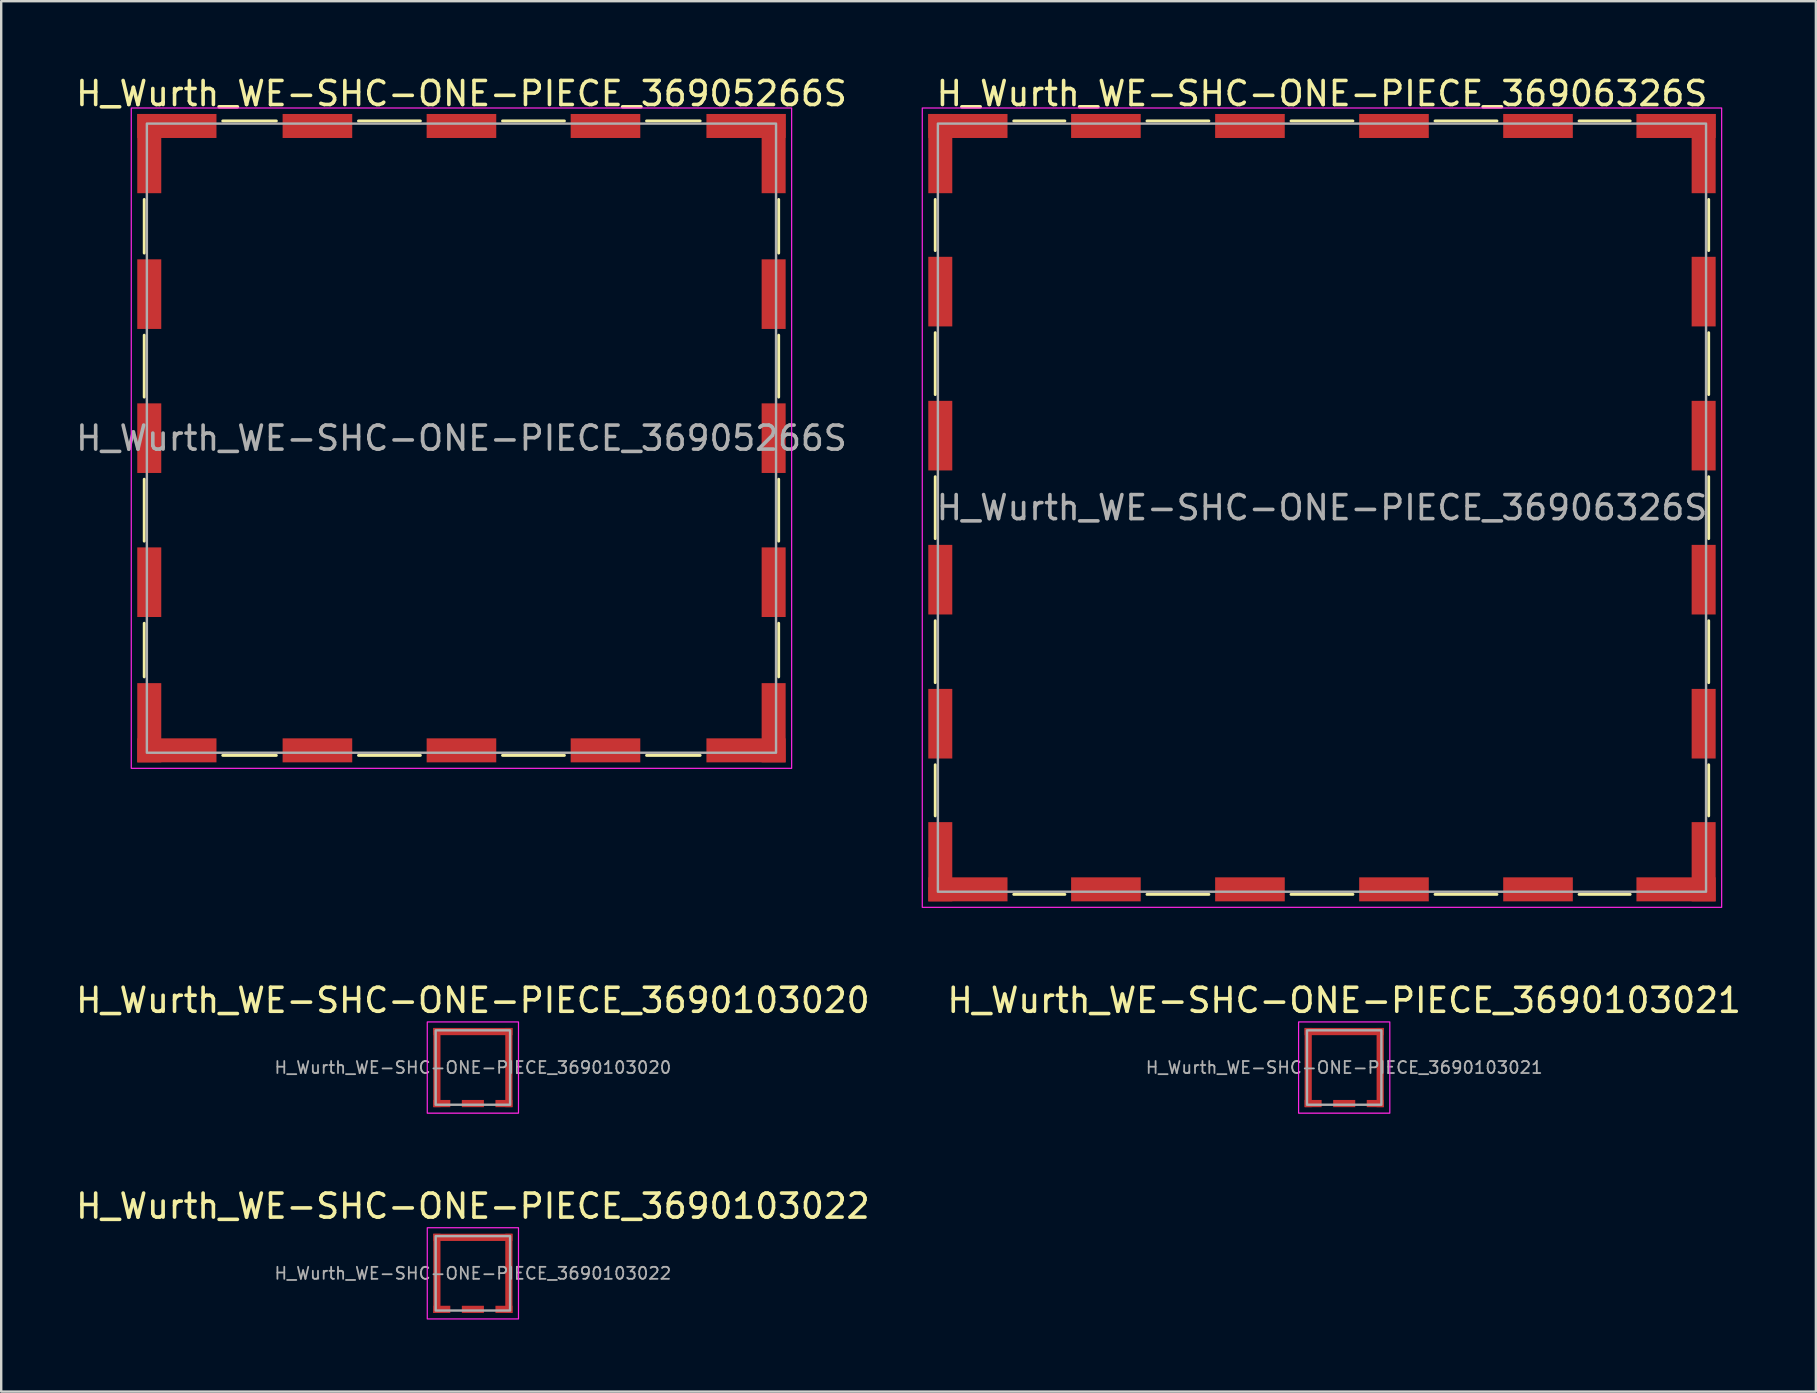
<source format=kicad_pcb>
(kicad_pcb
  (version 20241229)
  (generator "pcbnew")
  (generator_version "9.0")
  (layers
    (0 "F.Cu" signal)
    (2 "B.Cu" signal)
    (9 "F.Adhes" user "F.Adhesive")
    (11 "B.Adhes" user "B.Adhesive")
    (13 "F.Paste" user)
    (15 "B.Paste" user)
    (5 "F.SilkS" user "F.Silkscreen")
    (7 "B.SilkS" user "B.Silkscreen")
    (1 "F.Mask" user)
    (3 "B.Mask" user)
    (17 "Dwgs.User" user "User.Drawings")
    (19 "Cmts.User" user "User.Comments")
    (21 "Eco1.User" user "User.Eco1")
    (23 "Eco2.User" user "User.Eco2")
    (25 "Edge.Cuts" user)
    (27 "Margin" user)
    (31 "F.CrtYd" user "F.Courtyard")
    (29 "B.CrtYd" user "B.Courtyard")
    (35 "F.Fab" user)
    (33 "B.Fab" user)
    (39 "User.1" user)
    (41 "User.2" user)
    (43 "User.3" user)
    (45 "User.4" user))
  (footprint "H_Wurth_WE-SHC-ONE-PIECE_3690103022"
    (layer "F.Cu")
    (at 16.649 49.995)
    (property "Reference" "H_Wurth_WE-SHC-ONE-PIECE_3690103022" (at 0 -2.8 0) (unlocked yes) (layer "F.SilkS") (effects (font (size 1 1) (thickness 0.15))))
    (attr smd)
    (fp_rect (start -1.9 -1.9) (end 1.9 1.9) (stroke (width 0.05) (type solid)) (fill no) (layer "F.CrtYd"))
    (fp_rect (start -1.55 -1.55) (end 1.55 1.55) (stroke (width 0.1) (type solid)) (fill no) (layer "F.Fab"))
    (fp_text user "${REFERENCE}" (at 0 0 0) (unlocked yes) (layer "F.Fab") (effects (font (size 0.5 0.5) (thickness 0.075))))
    (pad "1" smd rect (at -1.5 0) (size 0.3 3.3) (layers "F.Cu" "F.Mask" "F.Paste"))
    (pad "1" smd rect (at -1.295 1.5) (size 0.71 0.3) (layers "F.Cu" "F.Mask" "F.Paste"))
    (pad "1" smd rect (at 0 -1.5 90) (size 0.3 3.3) (layers "F.Cu" "F.Mask" "F.Paste"))
    (pad "1" smd rect (at 0 1.5) (size 0.92 0.3) (layers "F.Cu" "F.Mask" "F.Paste"))
    (pad "1" smd rect (at 1.295 1.5) (size 0.71 0.3) (layers "F.Cu" "F.Mask" "F.Paste"))
    (pad "1" smd rect (at 1.5 0) (size 0.3 3.3) (layers "F.Cu" "F.Mask" "F.Paste")))
  (footprint "H_Wurth_WE-SHC-ONE-PIECE_3690103020"
    (layer "F.Cu")
    (at 16.649 41.422)
    (property "Reference" "H_Wurth_WE-SHC-ONE-PIECE_3690103020" (at 0 -2.8 0) (unlocked yes) (layer "F.SilkS") (effects (font (size 1 1) (thickness 0.15))))
    (attr smd)
    (fp_rect (start -1.9 -1.9) (end 1.9 1.9) (stroke (width 0.05) (type solid)) (fill no) (layer "F.CrtYd"))
    (fp_rect (start -1.55 -1.55) (end 1.55 1.55) (stroke (width 0.1) (type solid)) (fill no) (layer "F.Fab"))
    (fp_text user "${REFERENCE}" (at 0 0 0) (unlocked yes) (layer "F.Fab") (effects (font (size 0.5 0.5) (thickness 0.075))))
    (pad "1" smd rect (at -1.5 0) (size 0.3 3.3) (layers "F.Cu" "F.Mask" "F.Paste"))
    (pad "1" smd rect (at -1.295 1.5) (size 0.71 0.3) (layers "F.Cu" "F.Mask" "F.Paste"))
    (pad "1" smd rect (at 0 -1.5 90) (size 0.3 3.3) (layers "F.Cu" "F.Mask" "F.Paste"))
    (pad "1" smd rect (at 0 1.5) (size 0.92 0.3) (layers "F.Cu" "F.Mask" "F.Paste"))
    (pad "1" smd rect (at 1.295 1.5) (size 0.71 0.3) (layers "F.Cu" "F.Mask" "F.Paste"))
    (pad "1" smd rect (at 1.5 0) (size 0.3 3.3) (layers "F.Cu" "F.Mask" "F.Paste")))
  (footprint "H_Wurth_WE-SHC-ONE-PIECE_36906326S"
    (layer "F.Cu")
    (at 52.02 18.098)
    (property "Reference" "H_Wurth_WE-SHC-ONE-PIECE_36906326S" (at 0 -17.25 0) (unlocked yes) (layer "F.SilkS") (effects (font (size 1 1) (thickness 0.15))))
    (attr smd)
    (fp_line (start -16.11 -12.84) (end -16.11 -10.71) (stroke (width 0.12) (type default)) (layer "F.SilkS"))
    (fp_line (start -16.11 -7.29) (end -16.11 -4.71) (stroke (width 0.12) (type default)) (layer "F.SilkS"))
    (fp_line (start -16.11 -1.29) (end -16.11 1.29) (stroke (width 0.12) (type default)) (layer "F.SilkS"))
    (fp_line (start -16.11 4.71) (end -16.11 7.29) (stroke (width 0.12) (type default)) (layer "F.SilkS"))
    (fp_line (start -16.11 10.71) (end -16.11 12.84) (stroke (width 0.12) (type default)) (layer "F.SilkS"))
    (fp_line (start -12.84 -16.11) (end -10.71 -16.11) (stroke (width 0.12) (type default)) (layer "F.SilkS"))
    (fp_line (start -12.84 16.11) (end -10.71 16.11) (stroke (width 0.12) (type default)) (layer "F.SilkS"))
    (fp_line (start -7.29 -16.11) (end -4.71 -16.11) (stroke (width 0.12) (type default)) (layer "F.SilkS"))
    (fp_line (start -7.29 16.11) (end -4.71 16.11) (stroke (width 0.12) (type default)) (layer "F.SilkS"))
    (fp_line (start -1.29 -16.11) (end 1.29 -16.11) (stroke (width 0.12) (type default)) (layer "F.SilkS"))
    (fp_line (start -1.29 16.11) (end 1.29 16.11) (stroke (width 0.12) (type default)) (layer "F.SilkS"))
    (fp_line (start 4.71 -16.11) (end 7.29 -16.11) (stroke (width 0.12) (type default)) (layer "F.SilkS"))
    (fp_line (start 4.71 16.11) (end 7.29 16.11) (stroke (width 0.12) (type default)) (layer "F.SilkS"))
    (fp_line (start 10.71 -16.11) (end 12.84 -16.11) (stroke (width 0.12) (type default)) (layer "F.SilkS"))
    (fp_line (start 10.71 16.11) (end 12.84 16.11) (stroke (width 0.12) (type default)) (layer "F.SilkS"))
    (fp_line (start 16.11 -12.84) (end 16.11 -10.71) (stroke (width 0.12) (type default)) (layer "F.SilkS"))
    (fp_line (start 16.11 -7.29) (end 16.11 -4.71) (stroke (width 0.12) (type default)) (layer "F.SilkS"))
    (fp_line (start 16.11 -1.29) (end 16.11 1.29) (stroke (width 0.12) (type default)) (layer "F.SilkS"))
    (fp_line (start 16.11 4.71) (end 16.11 7.29) (stroke (width 0.12) (type default)) (layer "F.SilkS"))
    (fp_line (start 16.11 10.71) (end 16.11 12.84) (stroke (width 0.12) (type default)) (layer "F.SilkS"))
    (fp_rect (start -16.65 -16.65) (end 16.65 16.65) (stroke (width 0.05) (type solid)) (fill no) (layer "F.CrtYd"))
    (fp_rect (start -16 -16) (end 16 16) (stroke (width 0.1) (type solid)) (fill no) (layer "F.Fab"))
    (fp_text user "${REFERENCE}" (at 0 0 0) (unlocked yes) (layer "F.Fab") (effects (font (size 1 1) (thickness 0.15))))
    (pad "1" smd rect (at -15.9 -14.75 90) (size 3.3 1) (layers "F.Cu" "F.Mask" "F.Paste"))
    (pad "1" smd rect (at -15.9 -9 90) (size 2.9 1) (layers "F.Cu" "F.Mask" "F.Paste"))
    (pad "1" smd rect (at -15.9 -3 90) (size 2.9 1) (layers "F.Cu" "F.Mask" "F.Paste"))
    (pad "1" smd rect (at -15.9 3 90) (size 2.9 1) (layers "F.Cu" "F.Mask" "F.Paste"))
    (pad "1" smd rect (at -15.9 9 90) (size 2.9 1) (layers "F.Cu" "F.Mask" "F.Paste"))
    (pad "1" smd rect (at -15.9 14.75 90) (size 3.3 1) (layers "F.Cu" "F.Mask" "F.Paste"))
    (pad "1" smd rect (at -14.75 -15.9) (size 3.3 1) (layers "F.Cu" "F.Mask" "F.Paste"))
    (pad "1" smd rect (at -14.75 15.9) (size 3.3 1) (layers "F.Cu" "F.Mask" "F.Paste"))
    (pad "1" smd rect (at -9 -15.9) (size 2.9 1) (layers "F.Cu" "F.Mask" "F.Paste"))
    (pad "1" smd rect (at -9 15.9) (size 2.9 1) (layers "F.Cu" "F.Mask" "F.Paste"))
    (pad "1" smd rect (at -3 -15.9) (size 2.9 1) (layers "F.Cu" "F.Mask" "F.Paste"))
    (pad "1" smd rect (at -3 15.9) (size 2.9 1) (layers "F.Cu" "F.Mask" "F.Paste"))
    (pad "1" smd rect (at 3 -15.9) (size 2.9 1) (layers "F.Cu" "F.Mask" "F.Paste"))
    (pad "1" smd rect (at 3 15.9) (size 2.9 1) (layers "F.Cu" "F.Mask" "F.Paste"))
    (pad "1" smd rect (at 9 -15.9) (size 2.9 1) (layers "F.Cu" "F.Mask" "F.Paste"))
    (pad "1" smd rect (at 9 15.9) (size 2.9 1) (layers "F.Cu" "F.Mask" "F.Paste"))
    (pad "1" smd rect (at 14.75 -15.9) (size 3.3 1) (layers "F.Cu" "F.Mask" "F.Paste"))
    (pad "1" smd rect (at 14.75 15.9) (size 3.3 1) (layers "F.Cu" "F.Mask" "F.Paste"))
    (pad "1" smd rect (at 15.9 -14.75 90) (size 3.3 1) (layers "F.Cu" "F.Mask" "F.Paste"))
    (pad "1" smd rect (at 15.9 -9 90) (size 2.9 1) (layers "F.Cu" "F.Mask" "F.Paste"))
    (pad "1" smd rect (at 15.9 -3 90) (size 2.9 1) (layers "F.Cu" "F.Mask" "F.Paste"))
    (pad "1" smd rect (at 15.9 3 90) (size 2.9 1) (layers "F.Cu" "F.Mask" "F.Paste"))
    (pad "1" smd rect (at 15.9 9 90) (size 2.9 1) (layers "F.Cu" "F.Mask" "F.Paste"))
    (pad "1" smd rect (at 15.9 14.75 90) (size 3.3 1) (layers "F.Cu" "F.Mask" "F.Paste")))
  (footprint "H_Wurth_WE-SHC-ONE-PIECE_3690103021"
    (layer "F.Cu")
    (at 52.946 41.422)
    (property "Reference" "H_Wurth_WE-SHC-ONE-PIECE_3690103021" (at 0 -2.8 0) (unlocked yes) (layer "F.SilkS") (effects (font (size 1 1) (thickness 0.15))))
    (attr smd)
    (fp_rect (start -1.9 -1.9) (end 1.9 1.9) (stroke (width 0.05) (type solid)) (fill no) (layer "F.CrtYd"))
    (fp_rect (start -1.55 -1.55) (end 1.55 1.55) (stroke (width 0.1) (type solid)) (fill no) (layer "F.Fab"))
    (fp_text user "${REFERENCE}" (at 0 0 0) (unlocked yes) (layer "F.Fab") (effects (font (size 0.5 0.5) (thickness 0.075))))
    (pad "1" smd rect (at -1.5 0) (size 0.3 3.3) (layers "F.Cu" "F.Mask" "F.Paste"))
    (pad "1" smd rect (at -1.295 1.5) (size 0.71 0.3) (layers "F.Cu" "F.Mask" "F.Paste"))
    (pad "1" smd rect (at 0 -1.5 90) (size 0.3 3.3) (layers "F.Cu" "F.Mask" "F.Paste"))
    (pad "1" smd rect (at 0 1.5) (size 0.92 0.3) (layers "F.Cu" "F.Mask" "F.Paste"))
    (pad "1" smd rect (at 1.295 1.5) (size 0.71 0.3) (layers "F.Cu" "F.Mask" "F.Paste"))
    (pad "1" smd rect (at 1.5 0) (size 0.3 3.3) (layers "F.Cu" "F.Mask" "F.Paste")))
  (footprint "H_Wurth_WE-SHC-ONE-PIECE_36905266S"
    (layer "F.Cu")
    (at 16.173 15.203)
    (property "Reference" "H_Wurth_WE-SHC-ONE-PIECE_36905266S" (at 0 -14.355 0) (unlocked yes) (layer "F.SilkS") (effects (font (size 1 1) (thickness 0.15))))
    (attr smd)
    (fp_line (start -13.215 -7.71) (end -13.215 -9.945) (stroke (width 0.12) (type default)) (layer "F.SilkS"))
    (fp_line (start -13.215 -1.71) (end -13.215 -4.29) (stroke (width 0.12) (type default)) (layer "F.SilkS"))
    (fp_line (start -13.215 4.29) (end -13.215 1.71) (stroke (width 0.12) (type default)) (layer "F.SilkS"))
    (fp_line (start -13.215 9.945) (end -13.215 7.71) (stroke (width 0.12) (type default)) (layer "F.SilkS"))
    (fp_line (start -9.945 -13.215) (end -7.71 -13.215) (stroke (width 0.12) (type default)) (layer "F.SilkS"))
    (fp_line (start -9.945 13.215) (end -7.71 13.215) (stroke (width 0.12) (type default)) (layer "F.SilkS"))
    (fp_line (start -4.29 -13.215) (end -1.71 -13.215) (stroke (width 0.12) (type default)) (layer "F.SilkS"))
    (fp_line (start -4.29 13.215) (end -1.71 13.215) (stroke (width 0.12) (type default)) (layer "F.SilkS"))
    (fp_line (start 1.71 -13.215) (end 4.29 -13.215) (stroke (width 0.12) (type default)) (layer "F.SilkS"))
    (fp_line (start 1.71 13.215) (end 4.29 13.215) (stroke (width 0.12) (type default)) (layer "F.SilkS"))
    (fp_line (start 7.71 -13.215) (end 9.945 -13.215) (stroke (width 0.12) (type default)) (layer "F.SilkS"))
    (fp_line (start 7.71 13.215) (end 9.945 13.215) (stroke (width 0.12) (type default)) (layer "F.SilkS"))
    (fp_line (start 13.215 -7.71) (end 13.215 -9.945) (stroke (width 0.12) (type default)) (layer "F.SilkS"))
    (fp_line (start 13.215 -1.71) (end 13.215 -4.29) (stroke (width 0.12) (type default)) (layer "F.SilkS"))
    (fp_line (start 13.215 4.29) (end 13.215 1.71) (stroke (width 0.12) (type default)) (layer "F.SilkS"))
    (fp_line (start 13.215 9.945) (end 13.215 7.71) (stroke (width 0.12) (type default)) (layer "F.SilkS"))
    (fp_rect (start -13.755 -13.755) (end 13.755 13.755) (stroke (width 0.05) (type solid)) (fill no) (layer "F.CrtYd"))
    (fp_rect (start -13.105 -13.105) (end 13.105 13.105) (stroke (width 0.1) (type solid)) (fill no) (layer "F.Fab"))
    (fp_text user "${REFERENCE}" (at 0 0 0) (unlocked yes) (layer "F.Fab") (effects (font (size 1 1) (thickness 0.15))))
    (pad "1" smd rect (at -13.005 -11.855 90) (size 3.3 1) (layers "F.Cu" "F.Mask" "F.Paste"))
    (pad "1" smd rect (at -13.005 -6 90) (size 2.9 1) (layers "F.Cu" "F.Mask" "F.Paste"))
    (pad "1" smd rect (at -13.005 0 90) (size 2.9 1) (layers "F.Cu" "F.Mask" "F.Paste"))
    (pad "1" smd rect (at -13.005 6 90) (size 2.9 1) (layers "F.Cu" "F.Mask" "F.Paste"))
    (pad "1" smd rect (at -13.005 11.855 90) (size 3.3 1) (layers "F.Cu" "F.Mask" "F.Paste"))
    (pad "1" smd rect (at -11.855 -13.005) (size 3.3 1) (layers "F.Cu" "F.Mask" "F.Paste"))
    (pad "1" smd rect (at -11.855 13.005) (size 3.3 1) (layers "F.Cu" "F.Mask" "F.Paste"))
    (pad "1" smd rect (at -6 -13.005) (size 2.9 1) (layers "F.Cu" "F.Mask" "F.Paste"))
    (pad "1" smd rect (at -6 13.005) (size 2.9 1) (layers "F.Cu" "F.Mask" "F.Paste"))
    (pad "1" smd rect (at 0 -13.005) (size 2.9 1) (layers "F.Cu" "F.Mask" "F.Paste"))
    (pad "1" smd rect (at 0 13.005) (size 2.9 1) (layers "F.Cu" "F.Mask" "F.Paste"))
    (pad "1" smd rect (at 6 -13.005) (size 2.9 1) (layers "F.Cu" "F.Mask" "F.Paste"))
    (pad "1" smd rect (at 6 13.005) (size 2.9 1) (layers "F.Cu" "F.Mask" "F.Paste"))
    (pad "1" smd rect (at 11.855 -13.005) (size 3.3 1) (layers "F.Cu" "F.Mask" "F.Paste"))
    (pad "1" smd rect (at 11.855 13.005) (size 3.3 1) (layers "F.Cu" "F.Mask" "F.Paste"))
    (pad "1" smd rect (at 13.005 -11.855 90) (size 3.3 1) (layers "F.Cu" "F.Mask" "F.Paste"))
    (pad "1" smd rect (at 13.005 -6 90) (size 2.9 1) (layers "F.Cu" "F.Mask" "F.Paste"))
    (pad "1" smd rect (at 13.005 0 90) (size 2.9 1) (layers "F.Cu" "F.Mask" "F.Paste"))
    (pad "1" smd rect (at 13.005 6 90) (size 2.9 1) (layers "F.Cu" "F.Mask" "F.Paste"))
    (pad "1" smd rect (at 13.005 11.855 90) (size 3.3 1) (layers "F.Cu" "F.Mask" "F.Paste")))
  (gr_rect
    (start -3 -3)
    (end 72.595 54.92)
    (stroke (width 0.1) (type default))
    (fill no)
    (layer "Edge.Cuts")))
</source>
